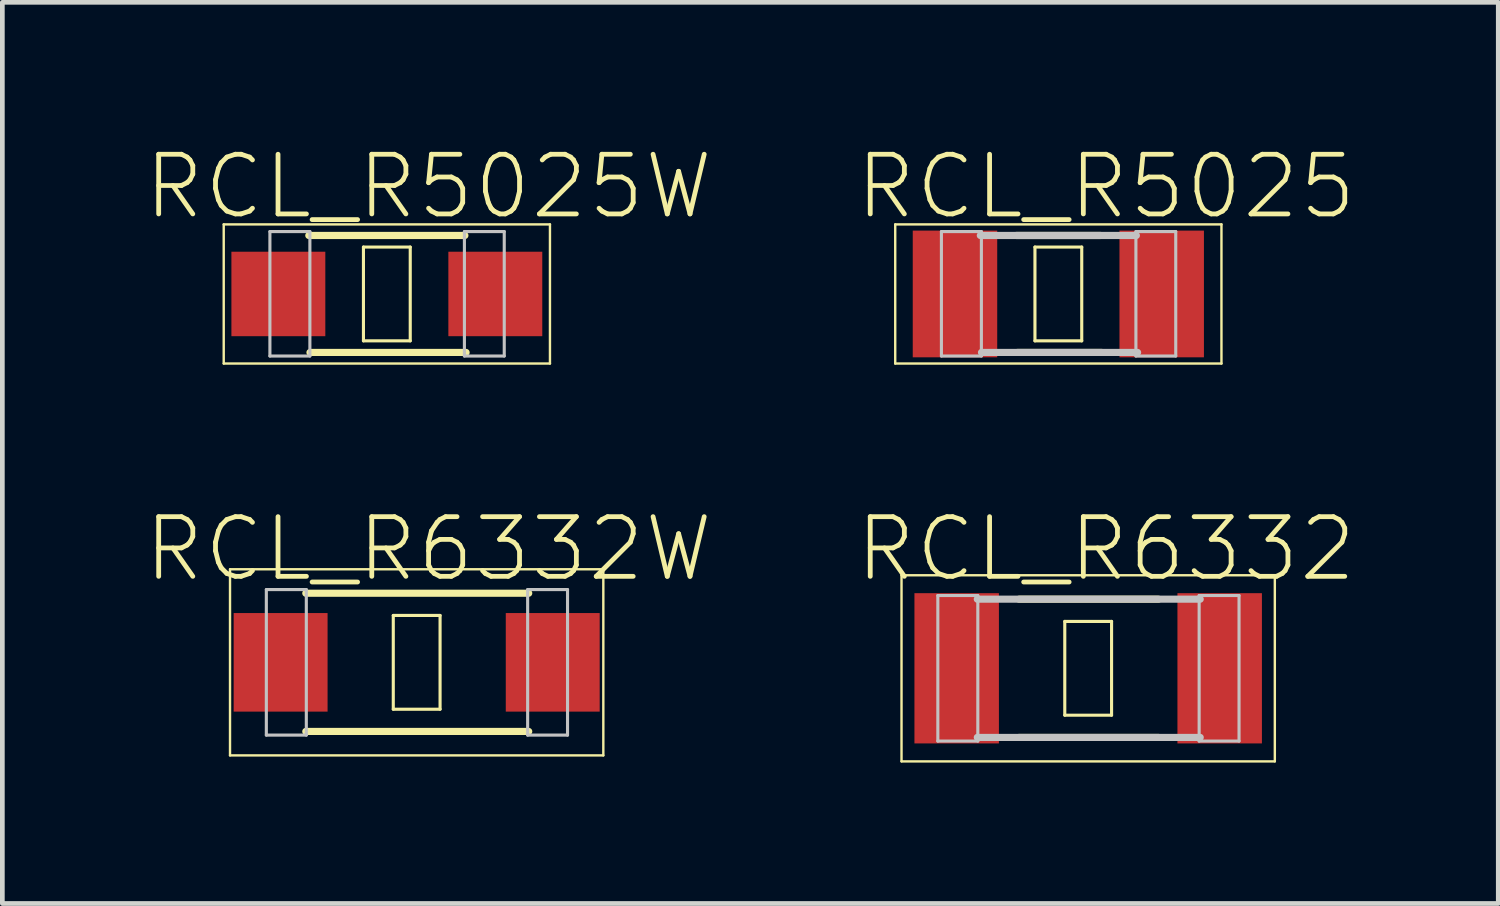
<source format=kicad_pcb>
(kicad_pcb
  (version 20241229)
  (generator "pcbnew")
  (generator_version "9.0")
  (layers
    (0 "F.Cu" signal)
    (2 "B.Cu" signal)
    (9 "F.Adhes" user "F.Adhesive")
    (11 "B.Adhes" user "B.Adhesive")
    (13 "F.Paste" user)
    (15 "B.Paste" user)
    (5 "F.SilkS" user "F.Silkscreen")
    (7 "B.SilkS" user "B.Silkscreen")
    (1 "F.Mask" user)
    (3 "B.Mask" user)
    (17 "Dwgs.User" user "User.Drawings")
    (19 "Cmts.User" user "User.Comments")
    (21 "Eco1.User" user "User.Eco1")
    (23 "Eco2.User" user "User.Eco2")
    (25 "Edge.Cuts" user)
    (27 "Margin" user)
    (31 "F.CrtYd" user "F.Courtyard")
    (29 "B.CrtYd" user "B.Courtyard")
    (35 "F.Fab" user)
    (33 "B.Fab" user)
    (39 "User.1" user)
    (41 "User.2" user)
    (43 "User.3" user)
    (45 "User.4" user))
  (footprint "RCL_R5025W"
    (layer "F.Cu")
    (at 5.184 3.207)
    (property "Reference" "RCL_R5025W" (at 0.889 -2.286 0) (layer "F.SilkS") (effects (font (size 1.27 1.27) (thickness 0.102))))
    (attr smd)
    (fp_line (start -3.472 -1.481) (end 3.472 -1.481) (stroke (width 0.051) (type solid)) (layer "F.SilkS"))
    (fp_line (start -3.472 1.481) (end -3.472 -1.481) (stroke (width 0.051) (type solid)) (layer "F.SilkS"))
    (fp_line (start -1.661 -1.245) (end 1.661 -1.245) (stroke (width 0.152) (type solid)) (layer "F.SilkS"))
    (fp_line (start -1.636 1.245) (end 1.687 1.245) (stroke (width 0.152) (type solid)) (layer "F.SilkS"))
    (fp_line (start -0.498 -0.998) (end 0.498 -0.998) (stroke (width 0.066) (type solid)) (layer "F.SilkS"))
    (fp_line (start -0.498 0.998) (end -0.498 -0.998) (stroke (width 0.066) (type solid)) (layer "F.SilkS"))
    (fp_line (start -0.498 0.998) (end 0.498 0.998) (stroke (width 0.066) (type solid)) (layer "F.SilkS"))
    (fp_line (start 0.498 0.998) (end 0.498 -0.998) (stroke (width 0.066) (type solid)) (layer "F.SilkS"))
    (fp_line (start 3.472 -1.481) (end 3.472 1.481) (stroke (width 0.051) (type solid)) (layer "F.SilkS"))
    (fp_line (start 3.472 1.481) (end -3.472 1.481) (stroke (width 0.051) (type solid)) (layer "F.SilkS"))
    (fp_line (start -2.489 -1.328) (end -1.638 -1.328) (stroke (width 0.066) (type solid)) (layer "Dwgs.User"))
    (fp_line (start -2.489 1.321) (end -2.489 -1.328) (stroke (width 0.066) (type solid)) (layer "Dwgs.User"))
    (fp_line (start -2.489 1.321) (end -1.638 1.321) (stroke (width 0.066) (type solid)) (layer "Dwgs.User"))
    (fp_line (start -1.638 1.321) (end -1.638 -1.328) (stroke (width 0.066) (type solid)) (layer "Dwgs.User"))
    (fp_line (start 1.651 -1.328) (end 2.499 -1.328) (stroke (width 0.066) (type solid)) (layer "Dwgs.User"))
    (fp_line (start 1.651 1.321) (end 1.651 -1.328) (stroke (width 0.066) (type solid)) (layer "Dwgs.User"))
    (fp_line (start 1.651 1.321) (end 2.499 1.321) (stroke (width 0.066) (type solid)) (layer "Dwgs.User"))
    (fp_line (start 2.499 1.321) (end 2.499 -1.328) (stroke (width 0.066) (type solid)) (layer "Dwgs.User"))
    (pad "1" smd rect (at -2.309 0) (size 1.999 1.798) (layers "F.Cu" "F.Mask" "F.Paste"))
    (pad "2" smd rect (at 2.309 0) (size 1.999 1.798) (layers "F.Cu" "F.Mask" "F.Paste")))
  (footprint "RCL_R6332"
    (layer "F.Cu")
    (at 20.112 11.175)
    (property "Reference" "RCL_R6332" (at 0.381 -2.54 0) (layer "F.SilkS") (effects (font (size 1.27 1.27) (thickness 0.102))))
    (attr smd)
    (fp_line (start -3.973 -1.981) (end 3.973 -1.981) (stroke (width 0.051) (type solid)) (layer "F.SilkS"))
    (fp_line (start -3.973 1.981) (end -3.973 -1.981) (stroke (width 0.051) (type solid)) (layer "F.SilkS"))
    (fp_line (start -1.471 -1.471) (end 1.496 -1.471) (stroke (width 0.152) (type solid)) (layer "F.SilkS"))
    (fp_line (start -1.471 1.471) (end 1.496 1.471) (stroke (width 0.152) (type solid)) (layer "F.SilkS"))
    (fp_line (start -0.498 -0.998) (end 0.498 -0.998) (stroke (width 0.066) (type solid)) (layer "F.SilkS"))
    (fp_line (start -0.498 0.998) (end -0.498 -0.998) (stroke (width 0.066) (type solid)) (layer "F.SilkS"))
    (fp_line (start -0.498 0.998) (end 0.498 0.998) (stroke (width 0.066) (type solid)) (layer "F.SilkS"))
    (fp_line (start 0.498 0.998) (end 0.498 -0.998) (stroke (width 0.066) (type solid)) (layer "F.SilkS"))
    (fp_line (start 3.973 -1.981) (end 3.973 1.981) (stroke (width 0.051) (type solid)) (layer "F.SilkS"))
    (fp_line (start 3.973 1.981) (end -3.973 1.981) (stroke (width 0.051) (type solid)) (layer "F.SilkS"))
    (fp_line (start -3.2 -1.549) (end -2.349 -1.549) (stroke (width 0.066) (type solid)) (layer "Dwgs.User"))
    (fp_line (start -3.2 1.549) (end -3.2 -1.549) (stroke (width 0.066) (type solid)) (layer "Dwgs.User"))
    (fp_line (start -3.2 1.549) (end -2.349 1.549) (stroke (width 0.066) (type solid)) (layer "Dwgs.User"))
    (fp_line (start -2.36 -1.471) (end 2.385 -1.471) (stroke (width 0.152) (type solid)) (layer "Dwgs.User"))
    (fp_line (start -2.36 1.471) (end 2.385 1.471) (stroke (width 0.152) (type solid)) (layer "Dwgs.User"))
    (fp_line (start -2.349 1.549) (end -2.349 -1.549) (stroke (width 0.066) (type solid)) (layer "Dwgs.User"))
    (fp_line (start 2.362 -1.549) (end 3.211 -1.549) (stroke (width 0.066) (type solid)) (layer "Dwgs.User"))
    (fp_line (start 2.362 1.549) (end 2.362 -1.549) (stroke (width 0.066) (type solid)) (layer "Dwgs.User"))
    (fp_line (start 2.362 1.549) (end 3.211 1.549) (stroke (width 0.066) (type solid)) (layer "Dwgs.User"))
    (fp_line (start 3.211 1.549) (end 3.211 -1.549) (stroke (width 0.066) (type solid)) (layer "Dwgs.User"))
    (pad "1" smd rect (at -2.799 0) (size 1.798 3.198) (layers "F.Cu" "F.Mask" "F.Paste"))
    (pad "2" smd rect (at 2.799 0) (size 1.798 3.198) (layers "F.Cu" "F.Mask" "F.Paste")))
  (footprint "RCL_R5025"
    (layer "F.Cu")
    (at 19.477 3.207)
    (property "Reference" "RCL_R5025" (at 1.016 -2.286 0) (layer "F.SilkS") (effects (font (size 1.27 1.27) (thickness 0.102))))
    (attr smd)
    (fp_line (start -3.472 -1.481) (end 3.472 -1.481) (stroke (width 0.051) (type solid)) (layer "F.SilkS"))
    (fp_line (start -3.472 1.481) (end -3.472 -1.481) (stroke (width 0.051) (type solid)) (layer "F.SilkS"))
    (fp_line (start -0.899 -1.245) (end 0.899 -1.245) (stroke (width 0.152) (type solid)) (layer "F.SilkS"))
    (fp_line (start -0.874 1.245) (end 0.925 1.245) (stroke (width 0.152) (type solid)) (layer "F.SilkS"))
    (fp_line (start -0.498 -0.998) (end 0.498 -0.998) (stroke (width 0.066) (type solid)) (layer "F.SilkS"))
    (fp_line (start -0.498 0.998) (end -0.498 -0.998) (stroke (width 0.066) (type solid)) (layer "F.SilkS"))
    (fp_line (start -0.498 0.998) (end 0.498 0.998) (stroke (width 0.066) (type solid)) (layer "F.SilkS"))
    (fp_line (start 0.498 0.998) (end 0.498 -0.998) (stroke (width 0.066) (type solid)) (layer "F.SilkS"))
    (fp_line (start 3.472 -1.481) (end 3.472 1.481) (stroke (width 0.051) (type solid)) (layer "F.SilkS"))
    (fp_line (start 3.472 1.481) (end -3.472 1.481) (stroke (width 0.051) (type solid)) (layer "F.SilkS"))
    (fp_line (start -2.489 -1.328) (end -1.638 -1.328) (stroke (width 0.066) (type solid)) (layer "Dwgs.User"))
    (fp_line (start -2.489 1.321) (end -2.489 -1.328) (stroke (width 0.066) (type solid)) (layer "Dwgs.User"))
    (fp_line (start -2.489 1.321) (end -1.638 1.321) (stroke (width 0.066) (type solid)) (layer "Dwgs.User"))
    (fp_line (start -1.661 -1.245) (end 1.661 -1.245) (stroke (width 0.152) (type solid)) (layer "Dwgs.User"))
    (fp_line (start -1.638 1.321) (end -1.638 -1.328) (stroke (width 0.066) (type solid)) (layer "Dwgs.User"))
    (fp_line (start -1.636 1.245) (end 1.687 1.245) (stroke (width 0.152) (type solid)) (layer "Dwgs.User"))
    (fp_line (start 1.651 -1.328) (end 2.499 -1.328) (stroke (width 0.066) (type solid)) (layer "Dwgs.User"))
    (fp_line (start 1.651 1.321) (end 1.651 -1.328) (stroke (width 0.066) (type solid)) (layer "Dwgs.User"))
    (fp_line (start 1.651 1.321) (end 2.499 1.321) (stroke (width 0.066) (type solid)) (layer "Dwgs.User"))
    (fp_line (start 2.499 1.321) (end 2.499 -1.328) (stroke (width 0.066) (type solid)) (layer "Dwgs.User"))
    (pad "1" smd rect (at -2.2 0) (size 1.798 2.697) (layers "F.Cu" "F.Mask" "F.Paste"))
    (pad "2" smd rect (at 2.2 0) (size 1.798 2.697) (layers "F.Cu" "F.Mask" "F.Paste")))
  (footprint "RCL_R6332W"
    (layer "F.Cu")
    (at 5.819 11.048)
    (property "Reference" "RCL_R6332W" (at 0.254 -2.413 0) (layer "F.SilkS") (effects (font (size 1.27 1.27) (thickness 0.102))))
    (attr smd)
    (fp_line (start -3.973 -1.981) (end 3.973 -1.981) (stroke (width 0.051) (type solid)) (layer "F.SilkS"))
    (fp_line (start -3.973 1.981) (end -3.973 -1.981) (stroke (width 0.051) (type solid)) (layer "F.SilkS"))
    (fp_line (start -2.36 -1.471) (end 2.385 -1.471) (stroke (width 0.152) (type solid)) (layer "F.SilkS"))
    (fp_line (start -2.36 1.471) (end 2.385 1.471) (stroke (width 0.152) (type solid)) (layer "F.SilkS"))
    (fp_line (start -0.498 -0.998) (end 0.498 -0.998) (stroke (width 0.066) (type solid)) (layer "F.SilkS"))
    (fp_line (start -0.498 0.998) (end -0.498 -0.998) (stroke (width 0.066) (type solid)) (layer "F.SilkS"))
    (fp_line (start -0.498 0.998) (end 0.498 0.998) (stroke (width 0.066) (type solid)) (layer "F.SilkS"))
    (fp_line (start 0.498 0.998) (end 0.498 -0.998) (stroke (width 0.066) (type solid)) (layer "F.SilkS"))
    (fp_line (start 3.973 -1.981) (end 3.973 1.981) (stroke (width 0.051) (type solid)) (layer "F.SilkS"))
    (fp_line (start 3.973 1.981) (end -3.973 1.981) (stroke (width 0.051) (type solid)) (layer "F.SilkS"))
    (fp_line (start -3.2 -1.549) (end -2.349 -1.549) (stroke (width 0.066) (type solid)) (layer "Dwgs.User"))
    (fp_line (start -3.2 1.549) (end -3.2 -1.549) (stroke (width 0.066) (type solid)) (layer "Dwgs.User"))
    (fp_line (start -3.2 1.549) (end -2.349 1.549) (stroke (width 0.066) (type solid)) (layer "Dwgs.User"))
    (fp_line (start -2.349 1.549) (end -2.349 -1.549) (stroke (width 0.066) (type solid)) (layer "Dwgs.User"))
    (fp_line (start 2.362 -1.549) (end 3.211 -1.549) (stroke (width 0.066) (type solid)) (layer "Dwgs.User"))
    (fp_line (start 2.362 1.549) (end 2.362 -1.549) (stroke (width 0.066) (type solid)) (layer "Dwgs.User"))
    (fp_line (start 2.362 1.549) (end 3.211 1.549) (stroke (width 0.066) (type solid)) (layer "Dwgs.User"))
    (fp_line (start 3.211 1.549) (end 3.211 -1.549) (stroke (width 0.066) (type solid)) (layer "Dwgs.User"))
    (pad "1" smd rect (at -2.896 0) (size 1.999 2.098) (layers "F.Cu" "F.Mask" "F.Paste"))
    (pad "2" smd rect (at 2.896 0) (size 1.999 2.098) (layers "F.Cu" "F.Mask" "F.Paste")))
  (gr_rect
    (start -3 -3)
    (end 28.841 16.181)
    (stroke (width 0.1) (type default))
    (fill no)
    (layer "Edge.Cuts")))
</source>
